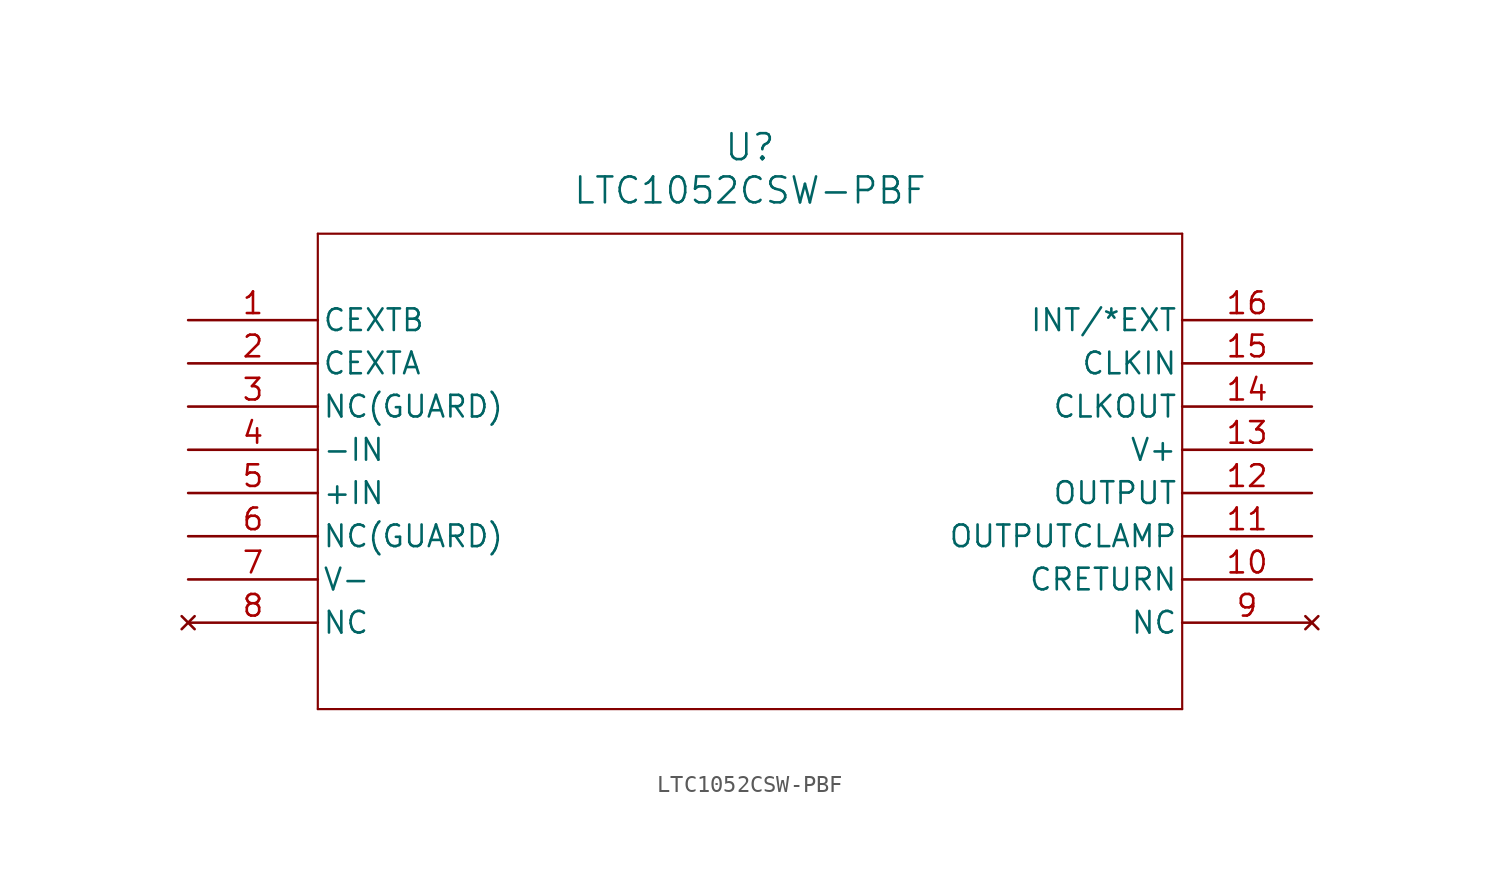
<source format=kicad_sym>
(kicad_symbol_lib
  (version 20211014)
  (generator kicad_symbol_editor)
  (symbol "LTC1052CSW-PBF"
    (pin_names
      (offset 0.254))
    (property "Reference" "U"
      (at 33.02 10.16 0)
      (effects (font (size 1.524 1.524))))
    (property "Value" "LTC1052CSW-PBF"
      (at 33.02 7.62 0)
      (effects (font (size 1.524 1.524))))
    (symbol "LTC1052CSW-PBF_0_1"
      (polyline (pts (xy 7.62 5.08) (xy 7.62 -22.86)) (stroke (width 0.127) (type default) (color 0 0 0 0)) (fill (type none)))
      (polyline (pts (xy 7.62 -22.86) (xy 58.42 -22.86)) (stroke (width 0.127) (type default) (color 0 0 0 0)) (fill (type none)))
      (polyline (pts (xy 58.42 -22.86) (xy 58.42 5.08)) (stroke (width 0.127) (type default) (color 0 0 0 0)) (fill (type none)))
      (polyline (pts (xy 58.42 5.08) (xy 7.62 5.08)) (stroke (width 0.127) (type default) (color 0 0 0 0)) (fill (type none)))
      (pin unspecified line (at 0 0 0) (length 7.62) (name "CEXTB" (effects (font (size 1.27 1.27)))) (number "1" (effects (font (size 1.27 1.27)))))
      (pin unspecified line (at 0 -2.54 0) (length 7.62) (name "CEXTA" (effects (font (size 1.27 1.27)))) (number "2" (effects (font (size 1.27 1.27)))))
      (pin unspecified line (at 0 -5.08 0) (length 7.62) (name "NC(GUARD)" (effects (font (size 1.27 1.27)))) (number "3" (effects (font (size 1.27 1.27)))))
      (pin input line (at 0 -7.62 0) (length 7.62) (name "-IN" (effects (font (size 1.27 1.27)))) (number "4" (effects (font (size 1.27 1.27)))))
      (pin input line (at 0 -10.16 0) (length 7.62) (name "+IN" (effects (font (size 1.27 1.27)))) (number "5" (effects (font (size 1.27 1.27)))))
      (pin unspecified line (at 0 -12.7 0) (length 7.62) (name "NC(GUARD)" (effects (font (size 1.27 1.27)))) (number "6" (effects (font (size 1.27 1.27)))))
      (pin power_in line (at 0 -15.24 0) (length 7.62) (name "V-" (effects (font (size 1.27 1.27)))) (number "7" (effects (font (size 1.27 1.27)))))
      (pin no_connect line (at 0 -17.78 0) (length 7.62) (name "NC" (effects (font (size 1.27 1.27)))) (number "8" (effects (font (size 1.27 1.27)))))
      (pin no_connect line (at 66.04 -17.78 180) (length 7.62) (name "NC" (effects (font (size 1.27 1.27)))) (number "9" (effects (font (size 1.27 1.27)))))
      (pin unspecified line (at 66.04 -15.24 180) (length 7.62) (name "CRETURN" (effects (font (size 1.27 1.27)))) (number "10" (effects (font (size 1.27 1.27)))))
      (pin output line (at 66.04 -12.7 180) (length 7.62) (name "OUTPUTCLAMP" (effects (font (size 1.27 1.27)))) (number "11" (effects (font (size 1.27 1.27)))))
      (pin output line (at 66.04 -10.16 180) (length 7.62) (name "OUTPUT" (effects (font (size 1.27 1.27)))) (number "12" (effects (font (size 1.27 1.27)))))
      (pin power_in line (at 66.04 -7.62 180) (length 7.62) (name "V+" (effects (font (size 1.27 1.27)))) (number "13" (effects (font (size 1.27 1.27)))))
      (pin output line (at 66.04 -5.08 180) (length 7.62) (name "CLKOUT" (effects (font (size 1.27 1.27)))) (number "14" (effects (font (size 1.27 1.27)))))
      (pin input line (at 66.04 -2.54 180) (length 7.62) (name "CLKIN" (effects (font (size 1.27 1.27)))) (number "15" (effects (font (size 1.27 1.27)))))
      (pin unspecified line (at 66.04 0 180) (length 7.62) (name "INT/*EXT" (effects (font (size 1.27 1.27)))) (number "16" (effects (font (size 1.27 1.27))))))))
</source>
